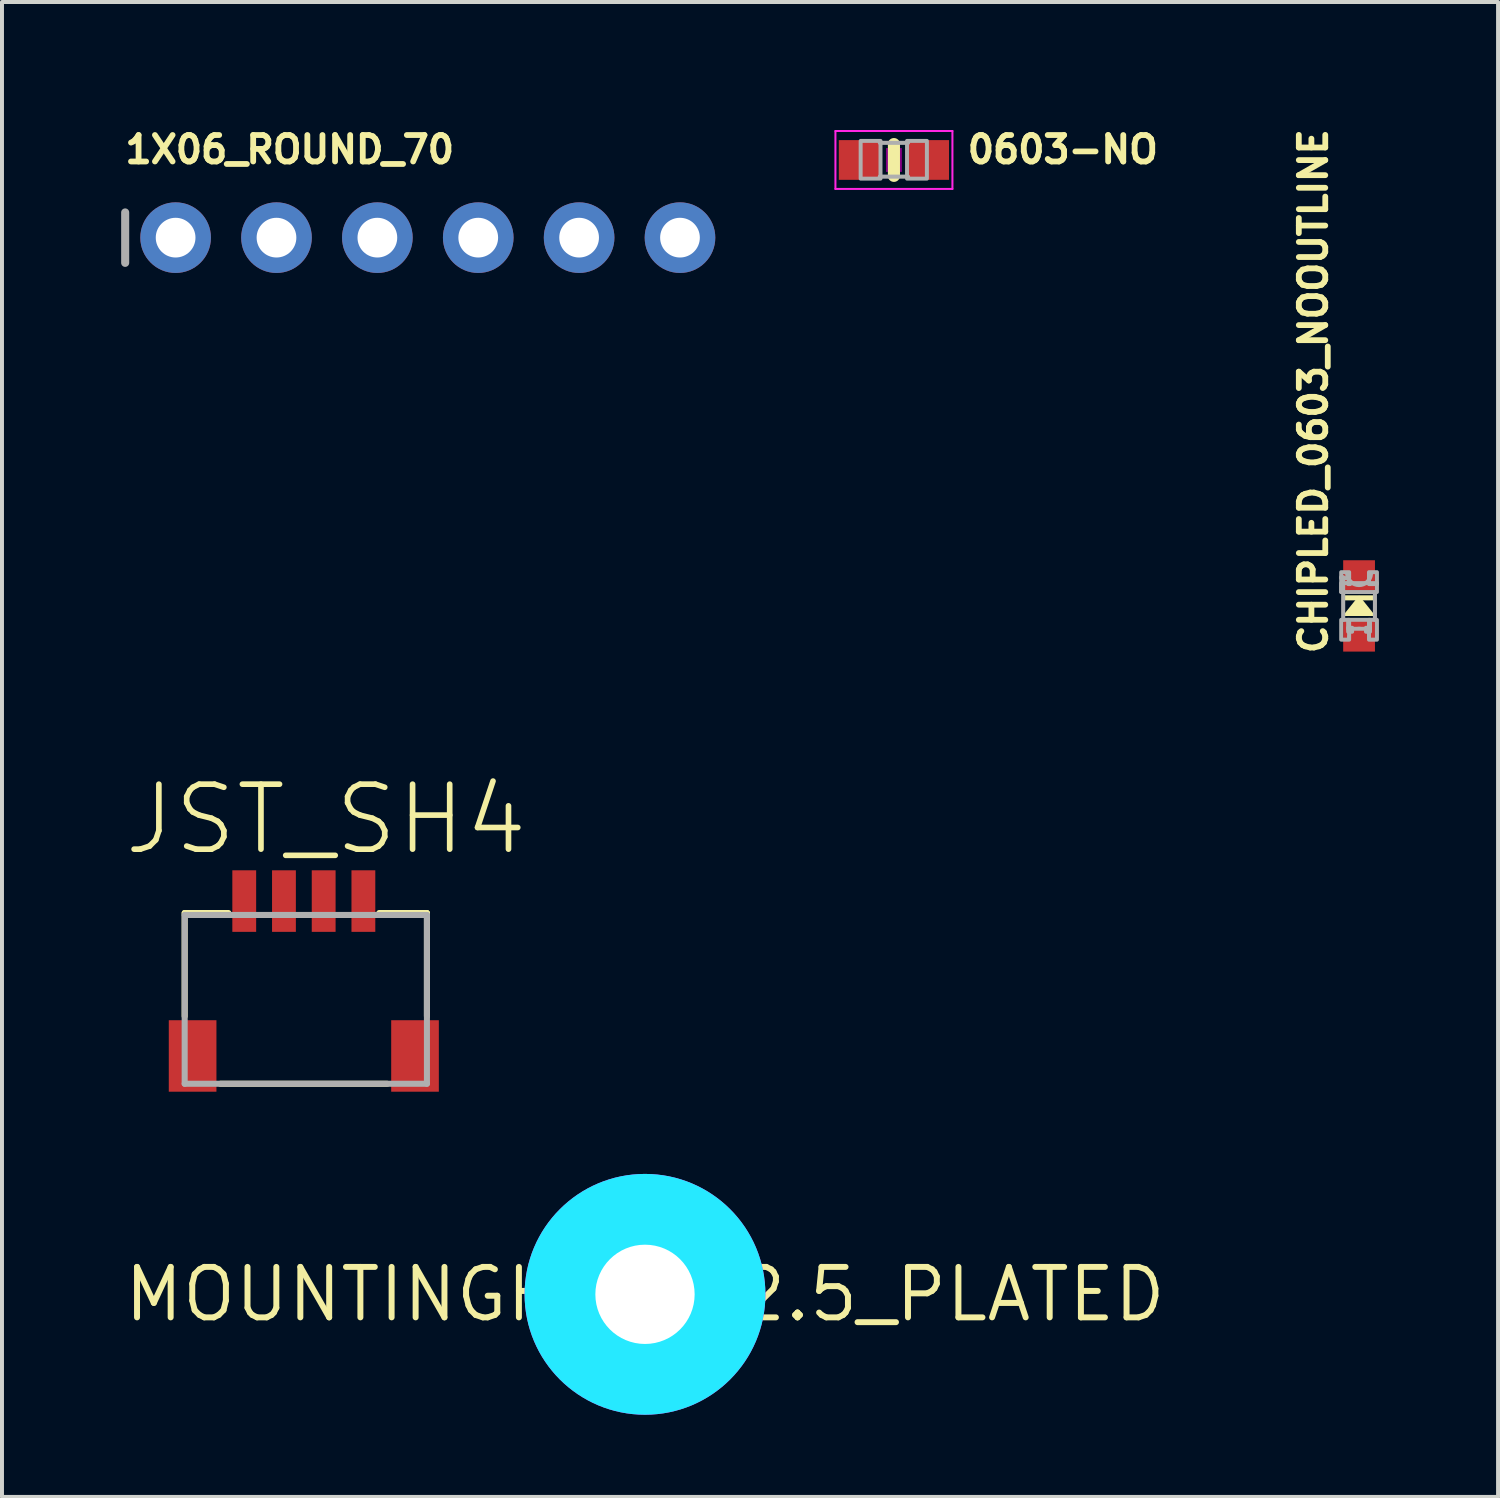
<source format=kicad_pcb>
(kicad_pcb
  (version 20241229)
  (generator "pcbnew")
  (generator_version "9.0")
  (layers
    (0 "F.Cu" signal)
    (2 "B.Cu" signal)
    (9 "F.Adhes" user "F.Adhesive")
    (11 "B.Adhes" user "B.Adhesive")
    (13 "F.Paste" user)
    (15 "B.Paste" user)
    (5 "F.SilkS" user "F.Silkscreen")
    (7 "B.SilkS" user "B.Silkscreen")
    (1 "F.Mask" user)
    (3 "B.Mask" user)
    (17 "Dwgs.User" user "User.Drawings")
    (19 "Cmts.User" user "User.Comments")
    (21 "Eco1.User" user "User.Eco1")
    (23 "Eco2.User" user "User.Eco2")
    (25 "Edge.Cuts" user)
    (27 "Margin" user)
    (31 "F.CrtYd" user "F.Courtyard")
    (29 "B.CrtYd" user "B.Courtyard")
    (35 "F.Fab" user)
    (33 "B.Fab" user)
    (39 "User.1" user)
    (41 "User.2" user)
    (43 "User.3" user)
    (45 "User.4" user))
  (footprint "1X06_ROUND_70"
    (layer "F.Cu")
    (at 7.722 2.934)
    (property "Reference" "1X06_ROUND_70" (at -7.696 -1.829 0) (unlocked yes) (layer "F.SilkS") (effects (font (size 0.666 0.666) (thickness 0.146)) (justify left bottom)))
    (fp_line (start -7.62 -0.635) (end -7.62 0.635) (stroke (width 0.203) (type solid)) (layer "F.Fab"))
    (fp_poly (pts (xy -6.604 0.254) (xy -6.096 0.254) (xy -6.096 -0.254) (xy -6.604 -0.254)) (stroke (width 0.1) (type default)) (fill no) (layer "F.Fab"))
    (fp_poly (pts (xy -4.064 0.254) (xy -3.556 0.254) (xy -3.556 -0.254) (xy -4.064 -0.254)) (stroke (width 0.1) (type default)) (fill no) (layer "F.Fab"))
    (fp_poly (pts (xy -1.524 0.254) (xy -1.016 0.254) (xy -1.016 -0.254) (xy -1.524 -0.254)) (stroke (width 0.1) (type default)) (fill no) (layer "F.Fab"))
    (fp_poly (pts (xy 1.016 0.254) (xy 1.524 0.254) (xy 1.524 -0.254) (xy 1.016 -0.254)) (stroke (width 0.1) (type default)) (fill no) (layer "F.Fab"))
    (fp_poly (pts (xy 3.556 0.254) (xy 4.064 0.254) (xy 4.064 -0.254) (xy 3.556 -0.254)) (stroke (width 0.1) (type default)) (fill no) (layer "F.Fab"))
    (fp_poly (pts (xy 6.096 0.254) (xy 6.604 0.254) (xy 6.604 -0.254) (xy 6.096 -0.254)) (stroke (width 0.1) (type default)) (fill no) (layer "F.Fab"))
    (pad "1" thru_hole circle (at -6.35 0 90) (size 1.778 1.778) (drill 1) (layers "*.Cu" "*.Mask"))
    (pad "2" thru_hole circle (at -3.81 0 90) (size 1.778 1.778) (drill 1) (layers "*.Cu" "*.Mask"))
    (pad "3" thru_hole circle (at -1.27 0 90) (size 1.778 1.778) (drill 1) (layers "*.Cu" "*.Mask"))
    (pad "4" thru_hole circle (at 1.27 0 90) (size 1.778 1.778) (drill 1) (layers "*.Cu" "*.Mask"))
    (pad "5" thru_hole circle (at 3.81 0 90) (size 1.778 1.778) (drill 1) (layers "*.Cu" "*.Mask"))
    (pad "6" thru_hole circle (at 6.35 0 90) (size 1.778 1.778) (drill 1) (layers "*.Cu" "*.Mask")))
  (footprint "0603-NO"
    (layer "F.Cu")
    (at 19.459 0.978)
    (property "Reference" "0603-NO" (at 1.778 0.127 0) (unlocked yes) (layer "F.SilkS") (effects (font (size 0.666 0.666) (thickness 0.146)) (justify left bottom)))
    (fp_line (start 0 -0.4) (end 0 0.4) (stroke (width 0.305) (type solid)) (layer "F.SilkS"))
    (fp_poly (pts (xy -0.2 0.3) (xy 0.2 0.3) (xy 0.2 -0.3) (xy -0.2 -0.3)) (stroke (width 0) (type default)) (fill yes) (layer "F.Adhes"))
    (fp_line (start -1.473 -0.729) (end 1.473 -0.729) (stroke (width 0.051) (type solid)) (layer "F.CrtYd"))
    (fp_line (start -1.473 0.729) (end -1.473 -0.729) (stroke (width 0.051) (type solid)) (layer "F.CrtYd"))
    (fp_line (start 1.473 -0.729) (end 1.473 0.729) (stroke (width 0.051) (type solid)) (layer "F.CrtYd"))
    (fp_line (start 1.473 0.729) (end -1.473 0.729) (stroke (width 0.051) (type solid)) (layer "F.CrtYd"))
    (fp_line (start -0.356 -0.432) (end 0.356 -0.432) (stroke (width 0.102) (type solid)) (layer "F.Fab"))
    (fp_line (start -0.356 0.419) (end 0.356 0.419) (stroke (width 0.102) (type solid)) (layer "F.Fab"))
    (fp_poly (pts (xy -0.838 0.47) (xy -0.338 0.47) (xy -0.338 -0.48) (xy -0.838 -0.48)) (stroke (width 0.1) (type default)) (fill no) (layer "F.Fab"))
    (fp_poly (pts (xy 0.33 0.47) (xy 0.83 0.47) (xy 0.83 -0.48) (xy 0.33 -0.48)) (stroke (width 0.1) (type default)) (fill no) (layer "F.Fab"))
    (pad "1" smd rect (at -0.85 0) (size 1.075 1) (layers "F.Cu" "F.Mask" "F.Paste"))
    (pad "2" smd rect (at 0.85 0) (size 1.075 1) (layers "F.Cu" "F.Mask" "F.Paste")))
  (footprint "MOUNTINGHOLE_2.5_PLATED"
    (layer "F.Cu")
    (at 13.191 29.541)
    (property "Reference" "MOUNTINGHOLE_2.5_PLATED" (at 0 0 0) (layer "F.SilkS") (effects (font (size 1.27 1.27) (thickness 0.15))))
    (fp_circle (center 0 0) (end 2 0) (stroke (width 0.203) (type solid)) (fill no) (layer "F.SilkS"))
    (fp_circle (center 0 0) (end 1 0) (stroke (width 2.032) (type solid)) (fill no) (layer "B.CrtYd"))
    (fp_circle (center 0 0) (end 1 0) (stroke (width 2.032) (type solid)) (fill no) (layer "F.CrtYd"))
    (pad "P$1" thru_hole circle (at 0 0) (size 3.2 3.2) (drill 2.5) (layers "*.Cu" "*.Mask"))
    (zone (net_name "") (layer "F.Cu") (hatch edge 0.5) (connect_pads) (min_thickness 0.25) (filled_areas_thickness no) (keepout (tracks not_allowed) (vias not_allowed) (pads not_allowed) (copperpour not_allowed) (footprints allowed)) (placement (enabled no)) (fill) (polygon (pts (xy 15.207 29.541) (xy 15.187 29.26) (xy 15.129 28.985) (xy 15.033 28.721) (xy 14.901 28.473) (xy 14.735 28.245) (xy 14.54 28.043) (xy 14.318 27.87) (xy 14.075 27.729) (xy 13.814 27.624) (xy 13.541 27.556) (xy 13.261 27.526) (xy 12.98 27.536) (xy 12.703 27.585) (xy 12.436 27.672) (xy 12.183 27.795) (xy 11.95 27.952) (xy 11.741 28.14) (xy 11.56 28.356) (xy 11.411 28.594) (xy 11.297 28.851) (xy 11.219 29.122) (xy 11.18 29.4) (xy 11.18 29.682) (xy 11.219 29.96) (xy 11.297 30.23) (xy 11.411 30.487) (xy 11.56 30.726) (xy 11.741 30.941) (xy 11.95 31.13) (xy 12.183 31.287) (xy 12.436 31.41) (xy 12.703 31.497) (xy 12.98 31.546) (xy 13.261 31.556) (xy 13.541 31.526) (xy 13.814 31.458) (xy 14.075 31.353) (xy 14.318 31.212) (xy 14.54 31.039) (xy 14.735 30.837) (xy 14.901 30.609) (xy 15.033 30.361) (xy 15.129 30.097) (xy 15.187 29.821))) (polygon (pts (xy 13.175 29.541) (xy 13.18 29.552) (xy 13.191 29.557) (xy 13.202 29.552) (xy 13.207 29.541) (xy 13.202 29.53) (xy 13.191 29.525) (xy 13.18 29.53))))
    (zone (net_name "") (layer "B.Cu") (hatch edge 0.5) (connect_pads) (min_thickness 0.25) (filled_areas_thickness no) (keepout (tracks not_allowed) (vias not_allowed) (pads not_allowed) (copperpour not_allowed) (footprints allowed)) (placement (enabled no)) (fill) (polygon (pts (xy 15.207 29.541) (xy 15.187 29.26) (xy 15.129 28.985) (xy 15.033 28.721) (xy 14.901 28.473) (xy 14.735 28.245) (xy 14.54 28.043) (xy 14.318 27.87) (xy 14.075 27.729) (xy 13.814 27.624) (xy 13.541 27.556) (xy 13.261 27.526) (xy 12.98 27.536) (xy 12.703 27.585) (xy 12.436 27.672) (xy 12.183 27.795) (xy 11.95 27.952) (xy 11.741 28.14) (xy 11.56 28.356) (xy 11.411 28.594) (xy 11.297 28.851) (xy 11.219 29.122) (xy 11.18 29.4) (xy 11.18 29.682) (xy 11.219 29.96) (xy 11.297 30.23) (xy 11.411 30.487) (xy 11.56 30.726) (xy 11.741 30.941) (xy 11.95 31.13) (xy 12.183 31.287) (xy 12.436 31.41) (xy 12.703 31.497) (xy 12.98 31.546) (xy 13.261 31.556) (xy 13.541 31.526) (xy 13.814 31.458) (xy 14.075 31.353) (xy 14.318 31.212) (xy 14.54 31.039) (xy 14.735 30.837) (xy 14.901 30.609) (xy 15.033 30.361) (xy 15.129 30.097) (xy 15.187 29.821))) (polygon (pts (xy 13.175 29.541) (xy 13.18 29.552) (xy 13.191 29.557) (xy 13.202 29.552) (xy 13.207 29.541) (xy 13.202 29.53) (xy 13.191 29.525) (xy 13.18 29.53)))))
  (footprint "CHIPLED_0603_NOOUTLINE"
    (layer "F.Cu")
    (at 31.171 12.207)
    (property "Reference" "CHIPLED_0603_NOOUTLINE" (at -0.762 1.27 90) (unlocked yes) (layer "F.SilkS") (effects (font (size 0.666 0.666) (thickness 0.146)) (justify left bottom)))
    (fp_poly (pts (xy 0.413 0.254) (xy -0.413 0.254) (xy 0 -0.262)) (stroke (width 0) (type default)) (fill yes) (layer "F.SilkS"))
    (fp_poly (pts (xy -0.381 -0.14) (xy 0.381 -0.14) (xy 0.381 -0.267) (xy -0.381 -0.267)) (stroke (width 0) (type default)) (fill yes) (layer "F.SilkS"))
    (fp_line (start -0.4 -0.375) (end -0.4 0.35) (stroke (width 0.102) (type solid)) (layer "F.Fab"))
    (fp_line (start 0.4 -0.35) (end 0.4 0.35) (stroke (width 0.102) (type solid)) (layer "F.Fab"))
    (fp_arc (start -0.275 0.825) (mid 0 0.55) (end 0.275 0.825) (stroke (width 0.0508) (type solid)) (layer "F.Fab"))
    (fp_arc (start 0.3 -0.799998) (mid -0.000001 -0.524966) (end -0.3 -0.8) (stroke (width 0.1016) (type solid)) (layer "F.Fab"))
    (fp_circle (center -0.35 -0.625) (end -0.275 -0.625) (stroke (width 0.051) (type solid)) (fill no) (layer "F.Fab"))
    (fp_poly (pts (xy -0.45 -0.7) (xy -0.25 -0.7) (xy -0.25 -0.85) (xy -0.45 -0.85)) (stroke (width 0.1) (type default)) (fill no) (layer "F.Fab"))
    (fp_poly (pts (xy -0.45 -0.35) (xy -0.4 -0.35) (xy -0.4 -0.725) (xy -0.45 -0.725)) (stroke (width 0.1) (type default)) (fill no) (layer "F.Fab"))
    (fp_poly (pts (xy -0.45 -0.35) (xy 0.45 -0.35) (xy 0.45 -0.575) (xy -0.45 -0.575)) (stroke (width 0.1) (type default)) (fill no) (layer "F.Fab"))
    (fp_poly (pts (xy -0.45 0.85) (xy -0.25 0.85) (xy -0.25 0.35) (xy -0.45 0.35)) (stroke (width 0.1) (type default)) (fill no) (layer "F.Fab"))
    (fp_poly (pts (xy -0.275 -0.55) (xy -0.225 -0.55) (xy -0.225 -0.6) (xy -0.275 -0.6)) (stroke (width 0.1) (type default)) (fill no) (layer "F.Fab"))
    (fp_poly (pts (xy -0.275 0.575) (xy 0.275 0.575) (xy 0.275 0.35) (xy -0.275 0.35)) (stroke (width 0.1) (type default)) (fill no) (layer "F.Fab"))
    (fp_poly (pts (xy -0.275 0.65) (xy -0.175 0.65) (xy -0.175 0.55) (xy -0.275 0.55)) (stroke (width 0.1) (type default)) (fill no) (layer "F.Fab"))
    (fp_poly (pts (xy 0.175 0.65) (xy 0.275 0.65) (xy 0.275 0.55) (xy 0.175 0.55)) (stroke (width 0.1) (type default)) (fill no) (layer "F.Fab"))
    (fp_poly (pts (xy 0.25 -0.55) (xy 0.45 -0.55) (xy 0.45 -0.85) (xy 0.25 -0.85)) (stroke (width 0.1) (type default)) (fill no) (layer "F.Fab"))
    (fp_poly (pts (xy 0.25 0.85) (xy 0.45 0.85) (xy 0.45 0.35) (xy 0.25 0.35)) (stroke (width 0.1) (type default)) (fill no) (layer "F.Fab"))
    (pad "A" smd rect (at 0 0.75) (size 0.8 0.8) (layers "F.Cu" "F.Mask" "F.Paste"))
    (pad "C" smd rect (at 0 -0.75) (size 0.8 0.8) (layers "F.Cu" "F.Mask" "F.Paste")))
  (footprint "JST_SH4"
    (layer "F.Cu")
    (at 4.6 22.153)
    (property "Reference" "JST_SH4" (at -4.6 -3.614 0) (unlocked yes) (layer "F.SilkS") (effects (font (size 1.636 1.636) (thickness 0.142)) (justify left bottom)))
    (fp_line (start -3 -2.214) (end -1.9 -2.214) (stroke (width 0.152) (type solid)) (layer "F.SilkS"))
    (fp_line (start -3 0.386) (end -3 -2.214) (stroke (width 0.152) (type solid)) (layer "F.SilkS"))
    (fp_line (start -2.1 2.086) (end 2.1 2.086) (stroke (width 0.152) (type solid)) (layer "F.SilkS"))
    (fp_line (start 1.9 -2.214) (end 3.1 -2.214) (stroke (width 0.152) (type solid)) (layer "F.SilkS"))
    (fp_line (start 3.1 -2.214) (end 3.1 0.386) (stroke (width 0.152) (type solid)) (layer "F.SilkS"))
    (fp_line (start -3 -2.164) (end 3.1 -2.164) (stroke (width 0.152) (type solid)) (layer "F.Fab"))
    (fp_line (start -3 2.086) (end -3 -2.164) (stroke (width 0.152) (type solid)) (layer "F.Fab"))
    (fp_line (start 3.1 -2.164) (end 3.1 2.086) (stroke (width 0.152) (type solid)) (layer "F.Fab"))
    (fp_line (start 3.1 2.086) (end -3 2.086) (stroke (width 0.152) (type solid)) (layer "F.Fab"))
    (pad "1" smd rect (at -1.5 -2.514 90) (size 1.55 0.6) (layers "F.Cu" "F.Mask" "F.Paste"))
    (pad "2" smd rect (at -0.5 -2.514 90) (size 1.55 0.6) (layers "F.Cu" "F.Mask" "F.Paste"))
    (pad "3" smd rect (at 0.5 -2.514 90) (size 1.55 0.6) (layers "F.Cu" "F.Mask" "F.Paste"))
    (pad "4" smd rect (at 1.5 -2.514 90) (size 1.55 0.6) (layers "F.Cu" "F.Mask" "F.Paste"))
    (pad "MT1" smd rect (at -2.8 1.386 90) (size 1.8 1.2) (layers "F.Cu" "F.Mask" "F.Paste"))
    (pad "MT2" smd rect (at 2.8 1.386 90) (size 1.8 1.2) (layers "F.Cu" "F.Mask" "F.Paste")))
  (gr_rect
    (start -3 -3)
    (end 34.671 34.643)
    (stroke (width 0.1) (type default))
    (fill no)
    (layer "Edge.Cuts")))
</source>
